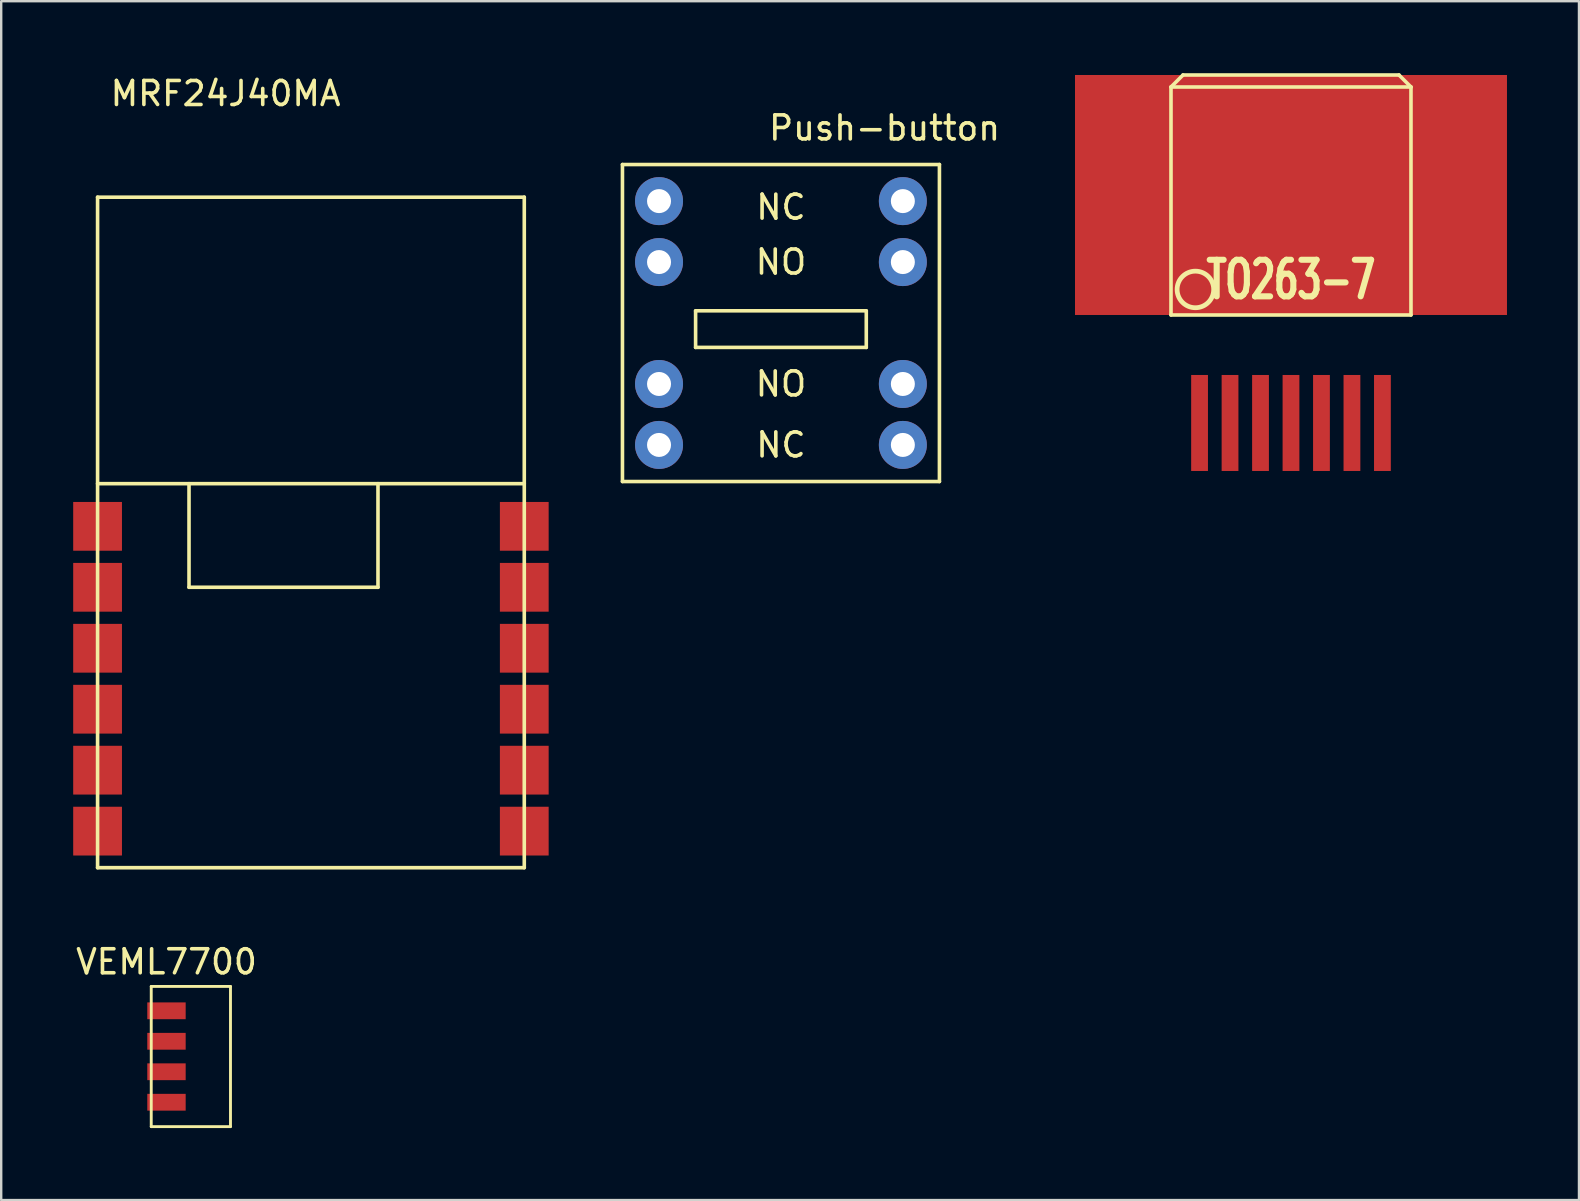
<source format=kicad_pcb>
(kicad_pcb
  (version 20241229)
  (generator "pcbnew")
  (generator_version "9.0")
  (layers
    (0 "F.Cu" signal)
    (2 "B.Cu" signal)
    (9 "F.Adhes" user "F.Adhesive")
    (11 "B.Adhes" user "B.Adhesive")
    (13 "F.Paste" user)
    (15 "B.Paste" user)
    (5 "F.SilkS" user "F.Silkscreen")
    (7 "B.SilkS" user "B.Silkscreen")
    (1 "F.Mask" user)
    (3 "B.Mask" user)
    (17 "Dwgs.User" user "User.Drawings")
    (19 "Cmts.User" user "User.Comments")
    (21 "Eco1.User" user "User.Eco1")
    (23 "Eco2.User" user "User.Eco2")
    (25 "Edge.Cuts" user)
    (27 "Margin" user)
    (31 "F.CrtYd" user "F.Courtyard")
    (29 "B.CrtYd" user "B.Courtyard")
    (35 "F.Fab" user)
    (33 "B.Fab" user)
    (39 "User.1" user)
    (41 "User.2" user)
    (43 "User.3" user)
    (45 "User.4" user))
  (footprint "VEML7700"
    (layer "F.Cu")
    (at 3.887 36.529)
    (property "Reference" "VEML7700" (at 0 0.5 0) (layer "F.SilkS") (effects (font (size 1 1) (thickness 0.15))))
    (attr through_hole)
    (fp_line (start -0.635 1.524) (end 2.667 1.524) (stroke (width 0.12) (type solid)) (layer "F.SilkS"))
    (fp_line (start -0.635 7.366) (end -0.635 1.524) (stroke (width 0.12) (type solid)) (layer "F.SilkS"))
    (fp_line (start 2.667 1.524) (end 2.667 7.366) (stroke (width 0.12) (type solid)) (layer "F.SilkS"))
    (fp_line (start 2.667 7.366) (end -0.635 7.366) (stroke (width 0.12) (type solid)) (layer "F.SilkS"))
    (pad "1" smd rect (at 0 2.54) (size 1.6 0.7) (layers "F.Cu" "F.Mask" "F.Paste"))
    (pad "2" smd rect (at 0 3.81) (size 1.6 0.7) (layers "F.Cu" "F.Mask" "F.Paste"))
    (pad "3" smd rect (at 0 5.08) (size 1.6 0.7) (layers "F.Cu" "F.Mask" "F.Paste"))
    (pad "4" smd rect (at 0 6.35) (size 1.6 0.7) (layers "F.Cu" "F.Mask" "F.Paste")))
  (footprint "MRF24J40MA"
    (layer "F.Cu")
    (at 1.016 18.882)
    (property "Reference" "MRF24J40MA" (at 5.334 -18.034 0) (layer "F.SilkS") (effects (font (size 1 1) (thickness 0.15))))
    (attr through_hole)
    (fp_line (start 0 -13.716) (end 17.78 -13.716) (stroke (width 0.15) (type solid)) (layer "F.SilkS"))
    (fp_line (start 0 -1.778) (end 17.78 -1.778) (stroke (width 0.15) (type solid)) (layer "F.SilkS"))
    (fp_line (start 0 14.224) (end 0 -13.716) (stroke (width 0.15) (type solid)) (layer "F.SilkS"))
    (fp_line (start 3.81 -1.778) (end 3.81 2.54) (stroke (width 0.15) (type solid)) (layer "F.SilkS"))
    (fp_line (start 3.81 2.54) (end 11.684 2.54) (stroke (width 0.15) (type solid)) (layer "F.SilkS"))
    (fp_line (start 11.684 2.54) (end 11.684 -1.778) (stroke (width 0.15) (type solid)) (layer "F.SilkS"))
    (fp_line (start 17.78 -13.716) (end 17.78 14.224) (stroke (width 0.15) (type solid)) (layer "F.SilkS"))
    (fp_line (start 17.78 14.224) (end 0 14.224) (stroke (width 0.15) (type solid)) (layer "F.SilkS"))
    (pad "1" smd rect (at 0 0) (size 2.032 2.032) (layers "F.Cu" "F.Mask" "F.Paste"))
    (pad "2" smd rect (at 0 2.54) (size 2.032 2.032) (layers "F.Cu" "F.Mask" "F.Paste"))
    (pad "3" smd rect (at 0 5.08) (size 2.032 2.032) (layers "F.Cu" "F.Mask" "F.Paste"))
    (pad "4" smd rect (at 0 7.62) (size 2.032 2.032) (layers "F.Cu" "F.Mask" "F.Paste"))
    (pad "5" smd rect (at 0 10.16) (size 2.032 2.032) (layers "F.Cu" "F.Mask" "F.Paste"))
    (pad "6" smd rect (at 0 12.7) (size 2.032 2.032) (layers "F.Cu" "F.Mask" "F.Paste"))
    (pad "7" smd rect (at 17.78 12.7) (size 2.032 2.032) (layers "F.Cu" "F.Mask" "F.Paste"))
    (pad "8" smd rect (at 17.78 10.16) (size 2.032 2.032) (layers "F.Cu" "F.Mask" "F.Paste"))
    (pad "9" smd rect (at 17.78 7.62) (size 2.032 2.032) (layers "F.Cu" "F.Mask" "F.Paste"))
    (pad "10" smd rect (at 17.78 5.08) (size 2.032 2.032) (layers "F.Cu" "F.Mask" "F.Paste"))
    (pad "11" smd rect (at 17.78 2.54) (size 2.032 2.032) (layers "F.Cu" "F.Mask" "F.Paste"))
    (pad "12" smd rect (at 17.78 0) (size 2.032 2.032) (layers "F.Cu" "F.Mask" "F.Paste")))
  (footprint "Push-button"
    (layer "F.Cu")
    (at 29.491 0.25)
    (property "Reference" "Push-button" (at 4.318 2.032 0) (layer "F.SilkS") (effects (font (size 1 1) (thickness 0.15))))
    (attr through_hole)
    (fp_line (start -6.604 3.556) (end 6.604 3.556) (stroke (width 0.15) (type solid)) (layer "F.SilkS"))
    (fp_line (start -6.604 16.764) (end -6.604 3.556) (stroke (width 0.15) (type solid)) (layer "F.SilkS"))
    (fp_line (start -3.556 9.652) (end 3.556 9.652) (stroke (width 0.15) (type solid)) (layer "F.SilkS"))
    (fp_line (start -3.556 11.176) (end -3.556 9.652) (stroke (width 0.15) (type solid)) (layer "F.SilkS"))
    (fp_line (start 3.556 9.652) (end 3.556 11.176) (stroke (width 0.15) (type solid)) (layer "F.SilkS"))
    (fp_line (start 3.556 11.176) (end -3.556 11.176) (stroke (width 0.15) (type solid)) (layer "F.SilkS"))
    (fp_line (start 6.604 3.556) (end 6.604 16.764) (stroke (width 0.15) (type solid)) (layer "F.SilkS"))
    (fp_line (start 6.604 16.764) (end -6.604 16.764) (stroke (width 0.15) (type solid)) (layer "F.SilkS"))
    (fp_text user "NC" (at 0 5.334 0) (layer "F.SilkS") (effects (font (size 1 1) (thickness 0.15))))
    (fp_text user "NC" (at 0 15.24 0) (layer "F.SilkS") (effects (font (size 1 1) (thickness 0.15))))
    (fp_text user "NO" (at 0 12.7 0) (layer "F.SilkS") (effects (font (size 1 1) (thickness 0.15))))
    (fp_text user "NO" (at 0 7.62 0) (layer "F.SilkS") (effects (font (size 1 1) (thickness 0.15))))
    (pad "1" thru_hole circle (at -5.08 5.08) (size 2 2) (drill 1) (layers "*.Cu" "*.Mask"))
    (pad "2" thru_hole circle (at 5.08 5.08) (size 2 2) (drill 1) (layers "*.Cu" "*.Mask"))
    (pad "3" thru_hole circle (at -5.08 7.62) (size 2 2) (drill 1) (layers "*.Cu" "*.Mask"))
    (pad "4" thru_hole circle (at 5.08 7.62) (size 2 2) (drill 1) (layers "*.Cu" "*.Mask"))
    (pad "5" thru_hole circle (at -5.08 12.7) (size 2 2) (drill 1) (layers "*.Cu" "*.Mask"))
    (pad "6" thru_hole circle (at 5.08 12.7) (size 2 2) (drill 1) (layers "*.Cu" "*.Mask"))
    (pad "7" thru_hole circle (at -5.08 15.24) (size 2 2) (drill 1) (layers "*.Cu" "*.Mask"))
    (pad "8" thru_hole circle (at 5.08 15.24) (size 2 2) (drill 1) (layers "*.Cu" "*.Mask")))
  (footprint "TO263-7"
    (layer "F.Cu")
    (at 50.744 14.575)
    (property "Reference" "TO263-7" (at 0 -5.969 0) (layer "F.SilkS") (effects (font (size 1.524 1.016) (thickness 0.254))))
    (attr smd)
    (fp_line (start -5 -14) (end -5 -4.5) (stroke (width 0.15) (type solid)) (layer "F.SilkS"))
    (fp_line (start -5 -14) (end 5 -14) (stroke (width 0.15) (type solid)) (layer "F.SilkS"))
    (fp_line (start -5 -4.5) (end 5 -4.5) (stroke (width 0.15) (type solid)) (layer "F.SilkS"))
    (fp_line (start -4.5 -14.5) (end -5 -14) (stroke (width 0.15) (type solid)) (layer "F.SilkS"))
    (fp_line (start 4.5 -14.5) (end -4.5 -14.5) (stroke (width 0.15) (type solid)) (layer "F.SilkS"))
    (fp_line (start 5 -14) (end 4.5 -14.5) (stroke (width 0.15) (type solid)) (layer "F.SilkS"))
    (fp_line (start 5 -4.5) (end 5 -14) (stroke (width 0.15) (type solid)) (layer "F.SilkS"))
    (fp_circle (center -3.983 -5.564) (end -3.983 -4.802) (stroke (width 0.198) (type solid)) (fill no) (layer "F.SilkS"))
    (pad "1" smd rect (at -3.81 0) (size 0.7 4) (layers "F.Cu" "F.Mask" "F.Paste"))
    (pad "2" smd rect (at -2.54 0) (size 0.7 4) (layers "F.Cu" "F.Mask" "F.Paste"))
    (pad "3" smd rect (at -1.27 0) (size 0.7 4) (layers "F.Cu" "F.Mask" "F.Paste"))
    (pad "4" smd rect (at 0 -9.5) (size 18 10) (layers "F.Cu" "F.Mask" "F.Paste"))
    (pad "4" smd rect (at 0 0) (size 0.7 4) (layers "F.Cu" "F.Mask" "F.Paste"))
    (pad "5" smd rect (at 1.27 0) (size 0.7 4) (layers "F.Cu" "F.Mask" "F.Paste"))
    (pad "6" smd rect (at 2.54 0) (size 0.7 4) (layers "F.Cu" "F.Mask" "F.Paste"))
    (pad "7" smd rect (at 3.81 0) (size 0.7 4) (layers "F.Cu" "F.Mask" "F.Paste")))
  (gr_rect
    (start -3 -3)
    (end 62.744 46.956)
    (stroke (width 0.1) (type default))
    (fill no)
    (layer "Edge.Cuts")))
</source>
